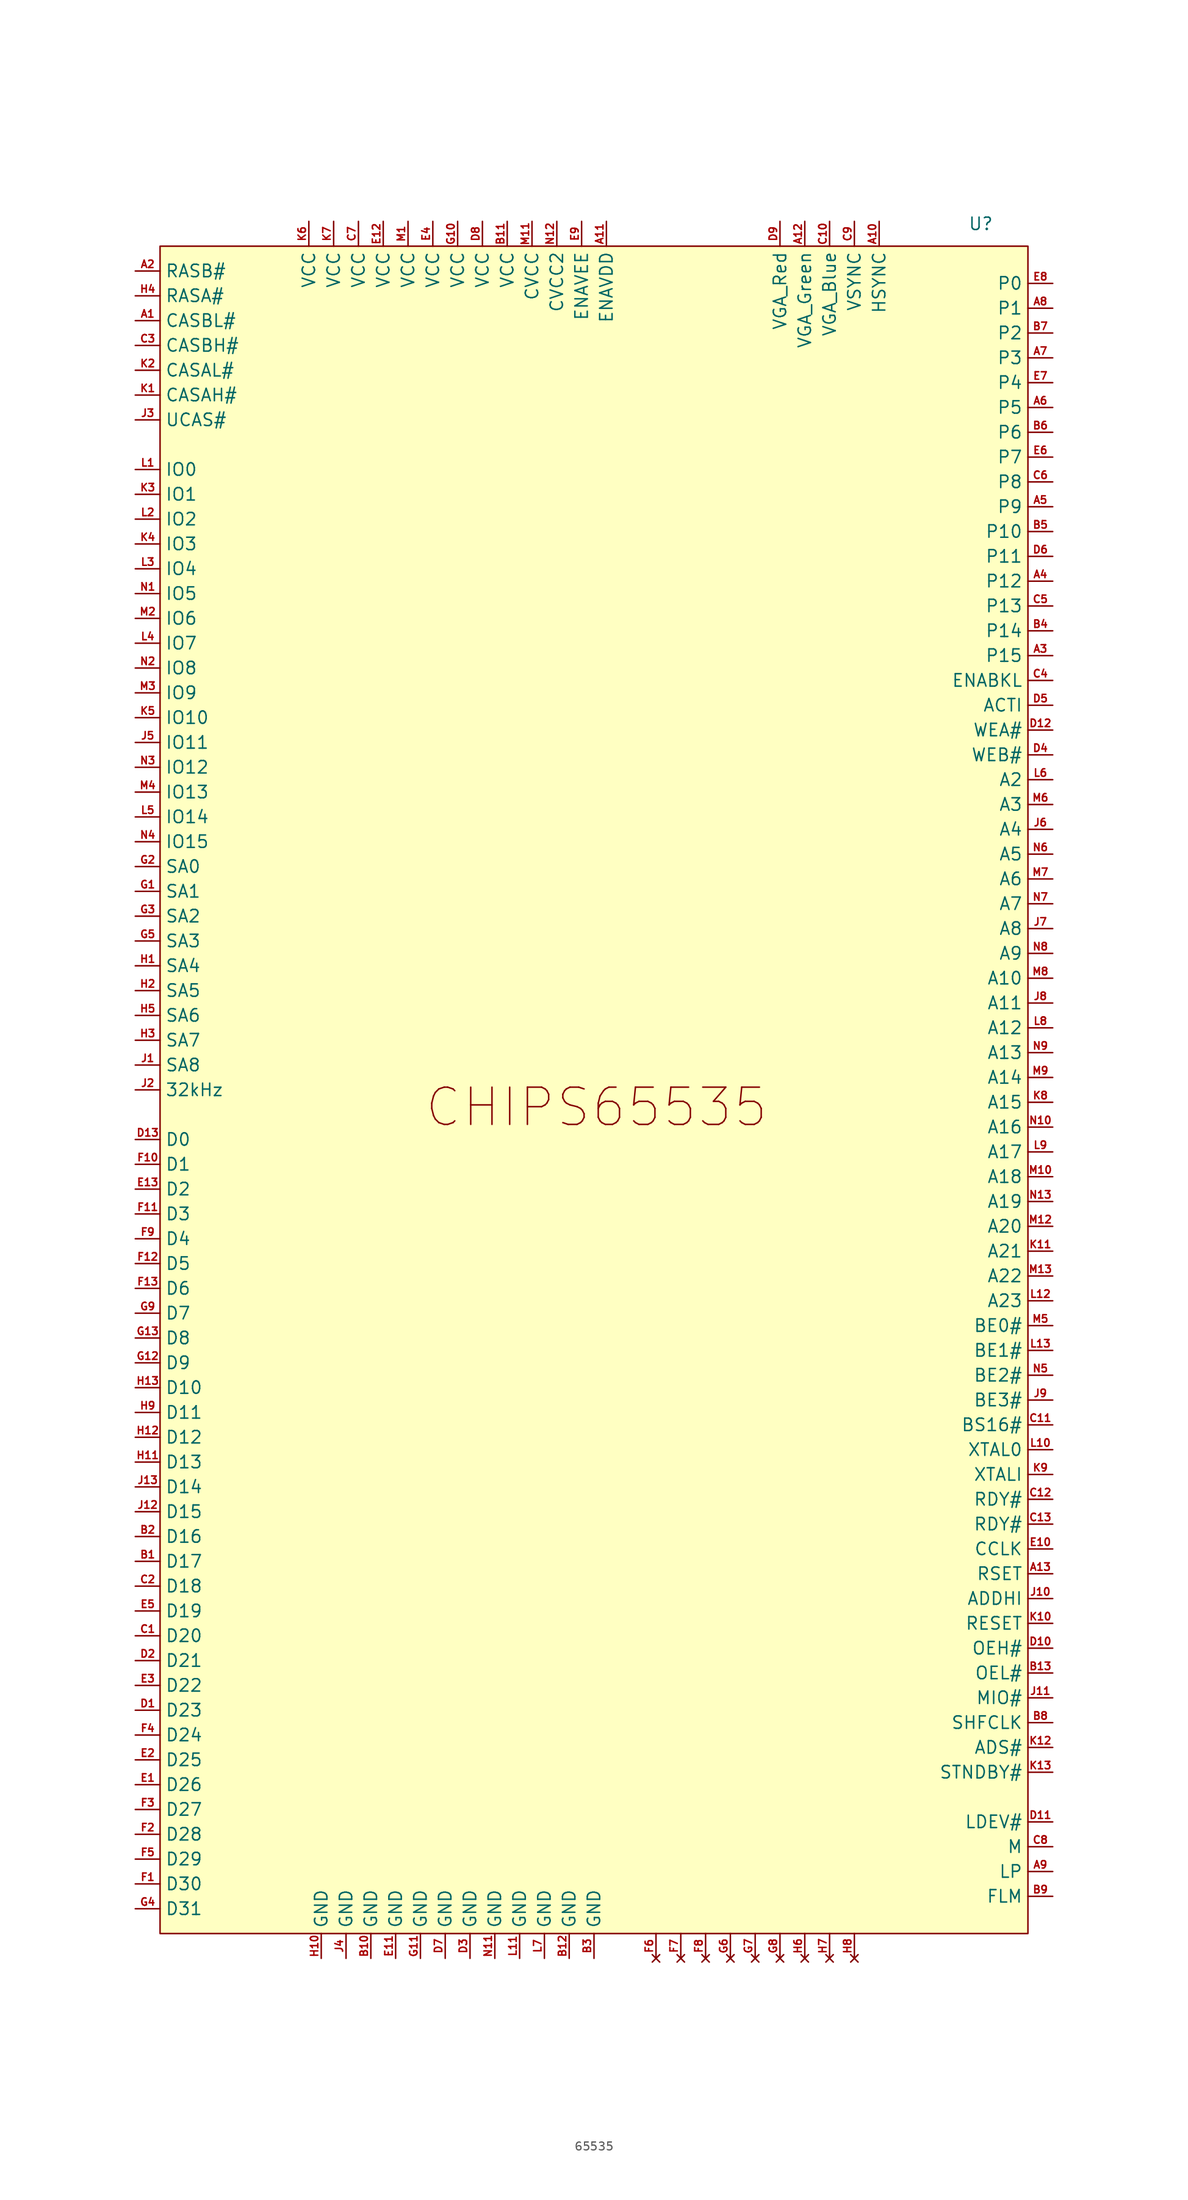
<source format=kicad_sym>
(kicad_symbol_lib
  (version 20241209)
  (generator "kicad_symbol_editor")
  (generator_version "9.0")
  (symbol "65535"
    (property "Reference" "U"
      (at 38.354 91.186 0)
      (effects (font (size 1.27 1.27))))
    (property "Value" ""
      (at 0 0 0)
      (effects (font (size 1.27 1.27))))
    (symbol "65535_1_1"
      (rectangle (start -45.72 88.9) (end 43.18 -83.82) (stroke (width 0) (type solid)) (fill (type color) (color 255 255 194 1)))
      (text "CHIPS65535" (at -1.016 0.762 0) (effects (font (size 3.81 3.81))))
      (pin output line (at -48.26 86.36 0) (length 2.54) (name "RASB#" (effects (font (size 1.27 1.27)))) (number "A2" (effects (font (size 0.762 0.762)))))
      (pin output line (at -48.26 83.82 0) (length 2.54) (name "RASA#" (effects (font (size 1.27 1.27)))) (number "H4" (effects (font (size 0.762 0.762)))))
      (pin output line (at -48.26 81.28 0) (length 2.54) (name "CASBL#" (effects (font (size 1.27 1.27)))) (number "A1" (effects (font (size 0.762 0.762)))))
      (pin output line (at -48.26 78.74 0) (length 2.54) (name "CASBH#" (effects (font (size 1.27 1.27)))) (number "C3" (effects (font (size 0.762 0.762)))))
      (pin output line (at -48.26 76.2 0) (length 2.54) (name "CASAL#" (effects (font (size 1.27 1.27)))) (number "K2" (effects (font (size 0.762 0.762)))))
      (pin output line (at -48.26 73.66 0) (length 2.54) (name "CASAH#" (effects (font (size 1.27 1.27)))) (number "K1" (effects (font (size 0.762 0.762)))))
      (pin output line (at -48.26 71.12 0) (length 2.54) (name "UCAS#" (effects (font (size 1.27 1.27)))) (number "J3" (effects (font (size 0.762 0.762)))))
      (pin bidirectional line (at -48.26 66.04 0) (length 2.54) (name "IO0" (effects (font (size 1.27 1.27)))) (number "L1" (effects (font (size 0.762 0.762)))))
      (pin bidirectional line (at -48.26 63.5 0) (length 2.54) (name "IO1" (effects (font (size 1.27 1.27)))) (number "K3" (effects (font (size 0.762 0.762)))))
      (pin bidirectional line (at -48.26 60.96 0) (length 2.54) (name "IO2" (effects (font (size 1.27 1.27)))) (number "L2" (effects (font (size 0.762 0.762)))))
      (pin bidirectional line (at -48.26 58.42 0) (length 2.54) (name "IO3" (effects (font (size 1.27 1.27)))) (number "K4" (effects (font (size 0.762 0.762)))))
      (pin bidirectional line (at -48.26 55.88 0) (length 2.54) (name "IO4" (effects (font (size 1.27 1.27)))) (number "L3" (effects (font (size 0.762 0.762)))))
      (pin bidirectional line (at -48.26 53.34 0) (length 2.54) (name "IO5" (effects (font (size 1.27 1.27)))) (number "N1" (effects (font (size 0.762 0.762)))))
      (pin bidirectional line (at -48.26 50.8 0) (length 2.54) (name "IO6" (effects (font (size 1.27 1.27)))) (number "M2" (effects (font (size 0.762 0.762)))))
      (pin bidirectional line (at -48.26 48.26 0) (length 2.54) (name "IO7" (effects (font (size 1.27 1.27)))) (number "L4" (effects (font (size 0.762 0.762)))))
      (pin bidirectional line (at -48.26 45.72 0) (length 2.54) (name "IO8" (effects (font (size 1.27 1.27)))) (number "N2" (effects (font (size 0.762 0.762)))))
      (pin bidirectional line (at -48.26 43.18 0) (length 2.54) (name "IO9" (effects (font (size 1.27 1.27)))) (number "M3" (effects (font (size 0.762 0.762)))))
      (pin bidirectional line (at -48.26 40.64 0) (length 2.54) (name "IO10" (effects (font (size 1.27 1.27)))) (number "K5" (effects (font (size 0.762 0.762)))))
      (pin bidirectional line (at -48.26 38.1 0) (length 2.54) (name "IO11" (effects (font (size 1.27 1.27)))) (number "J5" (effects (font (size 0.762 0.762)))))
      (pin bidirectional line (at -48.26 35.56 0) (length 2.54) (name "IO12" (effects (font (size 1.27 1.27)))) (number "N3" (effects (font (size 0.762 0.762)))))
      (pin bidirectional line (at -48.26 33.02 0) (length 2.54) (name "IO13" (effects (font (size 1.27 1.27)))) (number "M4" (effects (font (size 0.762 0.762)))))
      (pin bidirectional line (at -48.26 30.48 0) (length 2.54) (name "IO14" (effects (font (size 1.27 1.27)))) (number "L5" (effects (font (size 0.762 0.762)))))
      (pin bidirectional line (at -48.26 27.94 0) (length 2.54) (name "IO15" (effects (font (size 1.27 1.27)))) (number "N4" (effects (font (size 0.762 0.762)))))
      (pin bidirectional line (at -48.26 25.4 0) (length 2.54) (name "SA0" (effects (font (size 1.27 1.27)))) (number "G2" (effects (font (size 0.762 0.762)))))
      (pin bidirectional line (at -48.26 22.86 0) (length 2.54) (name "SA1" (effects (font (size 1.27 1.27)))) (number "G1" (effects (font (size 0.762 0.762)))))
      (pin bidirectional line (at -48.26 20.32 0) (length 2.54) (name "SA2" (effects (font (size 1.27 1.27)))) (number "G3" (effects (font (size 0.762 0.762)))))
      (pin bidirectional line (at -48.26 17.78 0) (length 2.54) (name "SA3" (effects (font (size 1.27 1.27)))) (number "G5" (effects (font (size 0.762 0.762)))))
      (pin bidirectional line (at -48.26 15.24 0) (length 2.54) (name "SA4" (effects (font (size 1.27 1.27)))) (number "H1" (effects (font (size 0.762 0.762)))))
      (pin bidirectional line (at -48.26 12.7 0) (length 2.54) (name "SA5" (effects (font (size 1.27 1.27)))) (number "H2" (effects (font (size 0.762 0.762)))))
      (pin bidirectional line (at -48.26 10.16 0) (length 2.54) (name "SA6" (effects (font (size 1.27 1.27)))) (number "H5" (effects (font (size 0.762 0.762)))))
      (pin bidirectional line (at -48.26 7.62 0) (length 2.54) (name "SA7" (effects (font (size 1.27 1.27)))) (number "H3" (effects (font (size 0.762 0.762)))))
      (pin bidirectional line (at -48.26 5.08 0) (length 2.54) (name "SA8" (effects (font (size 1.27 1.27)))) (number "J1" (effects (font (size 0.762 0.762)))))
      (pin bidirectional line (at -48.26 2.54 0) (length 2.54) (name "32kHz" (effects (font (size 1.27 1.27)))) (number "J2" (effects (font (size 0.762 0.762)))))
      (pin bidirectional line (at -48.26 -2.54 0) (length 2.54) (name "D0" (effects (font (size 1.27 1.27)))) (number "D13" (effects (font (size 0.762 0.762)))))
      (pin bidirectional line (at -48.26 -5.08 0) (length 2.54) (name "D1" (effects (font (size 1.27 1.27)))) (number "F10" (effects (font (size 0.762 0.762)))))
      (pin bidirectional line (at -48.26 -7.62 0) (length 2.54) (name "D2" (effects (font (size 1.27 1.27)))) (number "E13" (effects (font (size 0.762 0.762)))))
      (pin bidirectional line (at -48.26 -10.16 0) (length 2.54) (name "D3" (effects (font (size 1.27 1.27)))) (number "F11" (effects (font (size 0.762 0.762)))))
      (pin bidirectional line (at -48.26 -12.7 0) (length 2.54) (name "D4" (effects (font (size 1.27 1.27)))) (number "F9" (effects (font (size 0.762 0.762)))))
      (pin bidirectional line (at -48.26 -15.24 0) (length 2.54) (name "D5" (effects (font (size 1.27 1.27)))) (number "F12" (effects (font (size 0.762 0.762)))))
      (pin bidirectional line (at -48.26 -17.78 0) (length 2.54) (name "D6" (effects (font (size 1.27 1.27)))) (number "F13" (effects (font (size 0.762 0.762)))))
      (pin bidirectional line (at -48.26 -20.32 0) (length 2.54) (name "D7" (effects (font (size 1.27 1.27)))) (number "G9" (effects (font (size 0.762 0.762)))))
      (pin bidirectional line (at -48.26 -22.86 0) (length 2.54) (name "D8" (effects (font (size 1.27 1.27)))) (number "G13" (effects (font (size 0.762 0.762)))))
      (pin bidirectional line (at -48.26 -25.4 0) (length 2.54) (name "D9" (effects (font (size 1.27 1.27)))) (number "G12" (effects (font (size 0.762 0.762)))))
      (pin bidirectional line (at -48.26 -27.94 0) (length 2.54) (name "D10" (effects (font (size 1.27 1.27)))) (number "H13" (effects (font (size 0.762 0.762)))))
      (pin bidirectional line (at -48.26 -30.48 0) (length 2.54) (name "D11" (effects (font (size 1.27 1.27)))) (number "H9" (effects (font (size 0.762 0.762)))))
      (pin bidirectional line (at -48.26 -33.02 0) (length 2.54) (name "D12" (effects (font (size 1.27 1.27)))) (number "H12" (effects (font (size 0.762 0.762)))))
      (pin bidirectional line (at -48.26 -35.56 0) (length 2.54) (name "D13" (effects (font (size 1.27 1.27)))) (number "H11" (effects (font (size 0.762 0.762)))))
      (pin bidirectional line (at -48.26 -38.1 0) (length 2.54) (name "D14" (effects (font (size 1.27 1.27)))) (number "J13" (effects (font (size 0.762 0.762)))))
      (pin bidirectional line (at -48.26 -40.64 0) (length 2.54) (name "D15" (effects (font (size 1.27 1.27)))) (number "J12" (effects (font (size 0.762 0.762)))))
      (pin bidirectional line (at -48.26 -43.18 0) (length 2.54) (name "D16" (effects (font (size 1.27 1.27)))) (number "B2" (effects (font (size 0.762 0.762)))))
      (pin bidirectional line (at -48.26 -45.72 0) (length 2.54) (name "D17" (effects (font (size 1.27 1.27)))) (number "B1" (effects (font (size 0.762 0.762)))))
      (pin bidirectional line (at -48.26 -48.26 0) (length 2.54) (name "D18" (effects (font (size 1.27 1.27)))) (number "C2" (effects (font (size 0.762 0.762)))))
      (pin bidirectional line (at -48.26 -50.8 0) (length 2.54) (name "D19" (effects (font (size 1.27 1.27)))) (number "E5" (effects (font (size 0.762 0.762)))))
      (pin bidirectional line (at -48.26 -53.34 0) (length 2.54) (name "D20" (effects (font (size 1.27 1.27)))) (number "C1" (effects (font (size 0.762 0.762)))))
      (pin bidirectional line (at -48.26 -55.88 0) (length 2.54) (name "D21" (effects (font (size 1.27 1.27)))) (number "D2" (effects (font (size 0.762 0.762)))))
      (pin bidirectional line (at -48.26 -58.42 0) (length 2.54) (name "D22" (effects (font (size 1.27 1.27)))) (number "E3" (effects (font (size 0.762 0.762)))))
      (pin bidirectional line (at -48.26 -60.96 0) (length 2.54) (name "D23" (effects (font (size 1.27 1.27)))) (number "D1" (effects (font (size 0.762 0.762)))))
      (pin bidirectional line (at -48.26 -63.5 0) (length 2.54) (name "D24" (effects (font (size 1.27 1.27)))) (number "F4" (effects (font (size 0.762 0.762)))))
      (pin bidirectional line (at -48.26 -66.04 0) (length 2.54) (name "D25" (effects (font (size 1.27 1.27)))) (number "E2" (effects (font (size 0.762 0.762)))))
      (pin bidirectional line (at -48.26 -68.58 0) (length 2.54) (name "D26" (effects (font (size 1.27 1.27)))) (number "E1" (effects (font (size 0.762 0.762)))))
      (pin bidirectional line (at -48.26 -71.12 0) (length 2.54) (name "D27" (effects (font (size 1.27 1.27)))) (number "F3" (effects (font (size 0.762 0.762)))))
      (pin bidirectional line (at -48.26 -73.66 0) (length 2.54) (name "D28" (effects (font (size 1.27 1.27)))) (number "F2" (effects (font (size 0.762 0.762)))))
      (pin bidirectional line (at -48.26 -76.2 0) (length 2.54) (name "D29" (effects (font (size 1.27 1.27)))) (number "F5" (effects (font (size 0.762 0.762)))))
      (pin bidirectional line (at -48.26 -78.74 0) (length 2.54) (name "D30" (effects (font (size 1.27 1.27)))) (number "F1" (effects (font (size 0.762 0.762)))))
      (pin bidirectional line (at -48.26 -81.28 0) (length 2.54) (name "D31" (effects (font (size 1.27 1.27)))) (number "G4" (effects (font (size 0.762 0.762)))))
      (pin power_in line (at -30.48 91.44 270) (length 2.54) (name "VCC" (effects (font (size 1.27 1.27)))) (number "K6" (effects (font (size 0.762 0.762)))))
      (pin power_in line (at -29.21 -86.36 90) (length 2.54) (name "GND" (effects (font (size 1.27 1.27)))) (number "H10" (effects (font (size 0.762 0.762)))))
      (pin power_in line (at -27.94 91.44 270) (length 2.54) (name "VCC" (effects (font (size 1.27 1.27)))) (number "K7" (effects (font (size 0.762 0.762)))))
      (pin power_in line (at -26.67 -86.36 90) (length 2.54) (name "GND" (effects (font (size 1.27 1.27)))) (number "J4" (effects (font (size 0.762 0.762)))))
      (pin power_in line (at -25.4 91.44 270) (length 2.54) (name "VCC" (effects (font (size 1.27 1.27)))) (number "C7" (effects (font (size 0.762 0.762)))))
      (pin power_in line (at -24.13 -86.36 90) (length 2.54) (name "GND" (effects (font (size 1.27 1.27)))) (number "B10" (effects (font (size 0.762 0.762)))))
      (pin power_in line (at -22.86 91.44 270) (length 2.54) (name "VCC" (effects (font (size 1.27 1.27)))) (number "E12" (effects (font (size 0.762 0.762)))))
      (pin power_in line (at -21.59 -86.36 90) (length 2.54) (name "GND" (effects (font (size 1.27 1.27)))) (number "E11" (effects (font (size 0.762 0.762)))))
      (pin power_in line (at -20.32 91.44 270) (length 2.54) (name "VCC" (effects (font (size 1.27 1.27)))) (number "M1" (effects (font (size 0.762 0.762)))))
      (pin power_in line (at -19.05 -86.36 90) (length 2.54) (name "GND" (effects (font (size 1.27 1.27)))) (number "G11" (effects (font (size 0.762 0.762)))))
      (pin power_in line (at -17.78 91.44 270) (length 2.54) (name "VCC" (effects (font (size 1.27 1.27)))) (number "E4" (effects (font (size 0.762 0.762)))))
      (pin power_in line (at -16.51 -86.36 90) (length 2.54) (name "GND" (effects (font (size 1.27 1.27)))) (number "D7" (effects (font (size 0.762 0.762)))))
      (pin power_in line (at -15.24 91.44 270) (length 2.54) (name "VCC" (effects (font (size 1.27 1.27)))) (number "G10" (effects (font (size 0.762 0.762)))))
      (pin power_in line (at -13.97 -86.36 90) (length 2.54) (name "GND" (effects (font (size 1.27 1.27)))) (number "D3" (effects (font (size 0.762 0.762)))))
      (pin power_in line (at -12.7 91.44 270) (length 2.54) (name "VCC" (effects (font (size 1.27 1.27)))) (number "D8" (effects (font (size 0.762 0.762)))))
      (pin power_in line (at -11.43 -86.36 90) (length 2.54) (name "GND" (effects (font (size 1.27 1.27)))) (number "N11" (effects (font (size 0.762 0.762)))))
      (pin power_in line (at -10.16 91.44 270) (length 2.54) (name "VCC" (effects (font (size 1.27 1.27)))) (number "B11" (effects (font (size 0.762 0.762)))))
      (pin power_in line (at -8.89 -86.36 90) (length 2.54) (name "GND" (effects (font (size 1.27 1.27)))) (number "L11" (effects (font (size 0.762 0.762)))))
      (pin power_in line (at -7.62 91.44 270) (length 2.54) (name "CVCC" (effects (font (size 1.27 1.27)))) (number "M11" (effects (font (size 0.762 0.762)))))
      (pin power_in line (at -6.35 -86.36 90) (length 2.54) (name "GND" (effects (font (size 1.27 1.27)))) (number "L7" (effects (font (size 0.762 0.762)))))
      (pin power_in line (at -5.08 91.44 270) (length 2.54) (name "CVCC2" (effects (font (size 1.27 1.27)))) (number "N12" (effects (font (size 0.762 0.762)))))
      (pin power_in line (at -3.81 -86.36 90) (length 2.54) (name "GND" (effects (font (size 1.27 1.27)))) (number "B12" (effects (font (size 0.762 0.762)))))
      (pin output line (at -2.54 91.44 270) (length 2.54) (name "ENAVEE" (effects (font (size 1.27 1.27)))) (number "E9" (effects (font (size 0.762 0.762)))))
      (pin power_in line (at -1.27 -86.36 90) (length 2.54) (name "GND" (effects (font (size 1.27 1.27)))) (number "B3" (effects (font (size 0.762 0.762)))))
      (pin output line (at 0 91.44 270) (length 2.54) (name "ENAVDD" (effects (font (size 1.27 1.27)))) (number "A11" (effects (font (size 0.762 0.762)))))
      (pin no_connect line (at 5.08 -86.36 90) (length 2.54) (name "" (effects (font (size 1.27 1.27)))) (number "F6" (effects (font (size 0.762 0.762)))))
      (pin no_connect line (at 7.62 -86.36 90) (length 2.54) (name "" (effects (font (size 1.27 1.27)))) (number "F7" (effects (font (size 0.762 0.762)))))
      (pin no_connect line (at 10.16 -86.36 90) (length 2.54) (name "" (effects (font (size 1.27 1.27)))) (number "F8" (effects (font (size 0.762 0.762)))))
      (pin no_connect line (at 12.7 -86.36 90) (length 2.54) (name "" (effects (font (size 1.27 1.27)))) (number "G6" (effects (font (size 0.762 0.762)))))
      (pin no_connect line (at 15.24 -86.36 90) (length 2.54) (name "" (effects (font (size 1.27 1.27)))) (number "G7" (effects (font (size 0.762 0.762)))))
      (pin output line (at 17.78 91.44 270) (length 2.54) (name "VGA_Red" (effects (font (size 1.27 1.27)))) (number "D9" (effects (font (size 0.762 0.762)))))
      (pin no_connect line (at 17.78 -86.36 90) (length 2.54) (name "" (effects (font (size 1.27 1.27)))) (number "G8" (effects (font (size 0.762 0.762)))))
      (pin output line (at 20.32 91.44 270) (length 2.54) (name "VGA_Green" (effects (font (size 1.27 1.27)))) (number "A12" (effects (font (size 0.762 0.762)))))
      (pin no_connect line (at 20.32 -86.36 90) (length 2.54) (name "" (effects (font (size 1.27 1.27)))) (number "H6" (effects (font (size 0.762 0.762)))))
      (pin output line (at 22.86 91.44 270) (length 2.54) (name "VGA_Blue" (effects (font (size 1.27 1.27)))) (number "C10" (effects (font (size 0.762 0.762)))))
      (pin no_connect line (at 22.86 -86.36 90) (length 2.54) (name "" (effects (font (size 1.27 1.27)))) (number "H7" (effects (font (size 0.762 0.762)))))
      (pin output line (at 25.4 91.44 270) (length 2.54) (name "VSYNC" (effects (font (size 1.27 1.27)))) (number "C9" (effects (font (size 0.762 0.762)))))
      (pin no_connect line (at 25.4 -86.36 90) (length 2.54) (name "" (effects (font (size 1.27 1.27)))) (number "H8" (effects (font (size 0.762 0.762)))))
      (pin output line (at 27.94 91.44 270) (length 2.54) (name "HSYNC" (effects (font (size 1.27 1.27)))) (number "A10" (effects (font (size 0.762 0.762)))))
      (pin output line (at 45.72 85.09 180) (length 2.54) (name "P0" (effects (font (size 1.27 1.27)))) (number "E8" (effects (font (size 0.762 0.762)))))
      (pin output line (at 45.72 82.55 180) (length 2.54) (name "P1" (effects (font (size 1.27 1.27)))) (number "A8" (effects (font (size 0.762 0.762)))))
      (pin output line (at 45.72 80.01 180) (length 2.54) (name "P2" (effects (font (size 1.27 1.27)))) (number "B7" (effects (font (size 0.762 0.762)))))
      (pin output line (at 45.72 77.47 180) (length 2.54) (name "P3" (effects (font (size 1.27 1.27)))) (number "A7" (effects (font (size 0.762 0.762)))))
      (pin output line (at 45.72 74.93 180) (length 2.54) (name "P4" (effects (font (size 1.27 1.27)))) (number "E7" (effects (font (size 0.762 0.762)))))
      (pin output line (at 45.72 72.39 180) (length 2.54) (name "P5" (effects (font (size 1.27 1.27)))) (number "A6" (effects (font (size 0.762 0.762)))))
      (pin output line (at 45.72 69.85 180) (length 2.54) (name "P6" (effects (font (size 1.27 1.27)))) (number "B6" (effects (font (size 0.762 0.762)))))
      (pin output line (at 45.72 67.31 180) (length 2.54) (name "P7" (effects (font (size 1.27 1.27)))) (number "E6" (effects (font (size 0.762 0.762)))))
      (pin output line (at 45.72 64.77 180) (length 2.54) (name "P8" (effects (font (size 1.27 1.27)))) (number "C6" (effects (font (size 0.762 0.762)))))
      (pin output line (at 45.72 62.23 180) (length 2.54) (name "P9" (effects (font (size 1.27 1.27)))) (number "A5" (effects (font (size 0.762 0.762)))))
      (pin output line (at 45.72 59.69 180) (length 2.54) (name "P10" (effects (font (size 1.27 1.27)))) (number "B5" (effects (font (size 0.762 0.762)))))
      (pin output line (at 45.72 57.15 180) (length 2.54) (name "P11" (effects (font (size 1.27 1.27)))) (number "D6" (effects (font (size 0.762 0.762)))))
      (pin output line (at 45.72 54.61 180) (length 2.54) (name "P12" (effects (font (size 1.27 1.27)))) (number "A4" (effects (font (size 0.762 0.762)))))
      (pin output line (at 45.72 52.07 180) (length 2.54) (name "P13" (effects (font (size 1.27 1.27)))) (number "C5" (effects (font (size 0.762 0.762)))))
      (pin output line (at 45.72 49.53 180) (length 2.54) (name "P14" (effects (font (size 1.27 1.27)))) (number "B4" (effects (font (size 0.762 0.762)))))
      (pin output line (at 45.72 46.99 180) (length 2.54) (name "P15" (effects (font (size 1.27 1.27)))) (number "A3" (effects (font (size 0.762 0.762)))))
      (pin bidirectional line (at 45.72 44.45 180) (length 2.54) (name "ENABKL" (effects (font (size 1.27 1.27)))) (number "C4" (effects (font (size 0.762 0.762)))))
      (pin bidirectional line (at 45.72 41.91 180) (length 2.54) (name "ACTI" (effects (font (size 1.27 1.27)))) (number "D5" (effects (font (size 0.762 0.762)))))
      (pin input line (at 45.72 39.37 180) (length 2.54) (name "WEA#" (effects (font (size 1.27 1.27)))) (number "D12" (effects (font (size 0.762 0.762)))))
      (pin input line (at 45.72 36.83 180) (length 2.54) (name "WEB#" (effects (font (size 1.27 1.27)))) (number "D4" (effects (font (size 0.762 0.762)))))
      (pin input line (at 45.72 34.29 180) (length 2.54) (name "A2" (effects (font (size 1.27 1.27)))) (number "L6" (effects (font (size 0.762 0.762)))))
      (pin input line (at 45.72 31.75 180) (length 2.54) (name "A3" (effects (font (size 1.27 1.27)))) (number "M6" (effects (font (size 0.762 0.762)))))
      (pin input line (at 45.72 29.21 180) (length 2.54) (name "A4" (effects (font (size 1.27 1.27)))) (number "J6" (effects (font (size 0.762 0.762)))))
      (pin input line (at 45.72 26.67 180) (length 2.54) (name "A5" (effects (font (size 1.27 1.27)))) (number "N6" (effects (font (size 0.762 0.762)))))
      (pin input line (at 45.72 24.13 180) (length 2.54) (name "A6" (effects (font (size 1.27 1.27)))) (number "M7" (effects (font (size 0.762 0.762)))))
      (pin input line (at 45.72 21.59 180) (length 2.54) (name "A7" (effects (font (size 1.27 1.27)))) (number "N7" (effects (font (size 0.762 0.762)))))
      (pin input line (at 45.72 19.05 180) (length 2.54) (name "A8" (effects (font (size 1.27 1.27)))) (number "J7" (effects (font (size 0.762 0.762)))))
      (pin input line (at 45.72 16.51 180) (length 2.54) (name "A9" (effects (font (size 1.27 1.27)))) (number "N8" (effects (font (size 0.762 0.762)))))
      (pin input line (at 45.72 13.97 180) (length 2.54) (name "A10" (effects (font (size 1.27 1.27)))) (number "M8" (effects (font (size 0.762 0.762)))))
      (pin input line (at 45.72 11.43 180) (length 2.54) (name "A11" (effects (font (size 1.27 1.27)))) (number "J8" (effects (font (size 0.762 0.762)))))
      (pin input line (at 45.72 8.89 180) (length 2.54) (name "A12" (effects (font (size 1.27 1.27)))) (number "L8" (effects (font (size 0.762 0.762)))))
      (pin input line (at 45.72 6.35 180) (length 2.54) (name "A13" (effects (font (size 1.27 1.27)))) (number "N9" (effects (font (size 0.762 0.762)))))
      (pin input line (at 45.72 3.81 180) (length 2.54) (name "A14" (effects (font (size 1.27 1.27)))) (number "M9" (effects (font (size 0.762 0.762)))))
      (pin input line (at 45.72 1.27 180) (length 2.54) (name "A15" (effects (font (size 1.27 1.27)))) (number "K8" (effects (font (size 0.762 0.762)))))
      (pin input line (at 45.72 -1.27 180) (length 2.54) (name "A16" (effects (font (size 1.27 1.27)))) (number "N10" (effects (font (size 0.762 0.762)))))
      (pin input line (at 45.72 -3.81 180) (length 2.54) (name "A17" (effects (font (size 1.27 1.27)))) (number "L9" (effects (font (size 0.762 0.762)))))
      (pin input line (at 45.72 -6.35 180) (length 2.54) (name "A18" (effects (font (size 1.27 1.27)))) (number "M10" (effects (font (size 0.762 0.762)))))
      (pin input line (at 45.72 -8.89 180) (length 2.54) (name "A19" (effects (font (size 1.27 1.27)))) (number "N13" (effects (font (size 0.762 0.762)))))
      (pin input line (at 45.72 -11.43 180) (length 2.54) (name "A20" (effects (font (size 1.27 1.27)))) (number "M12" (effects (font (size 0.762 0.762)))))
      (pin input line (at 45.72 -13.97 180) (length 2.54) (name "A21" (effects (font (size 1.27 1.27)))) (number "K11" (effects (font (size 0.762 0.762)))))
      (pin input line (at 45.72 -16.51 180) (length 2.54) (name "A22" (effects (font (size 1.27 1.27)))) (number "M13" (effects (font (size 0.762 0.762)))))
      (pin input line (at 45.72 -19.05 180) (length 2.54) (name "A23" (effects (font (size 1.27 1.27)))) (number "L12" (effects (font (size 0.762 0.762)))))
      (pin input line (at 45.72 -21.59 180) (length 2.54) (name "BE0#" (effects (font (size 1.27 1.27)))) (number "M5" (effects (font (size 0.762 0.762)))))
      (pin input line (at 45.72 -24.13 180) (length 2.54) (name "BE1#" (effects (font (size 1.27 1.27)))) (number "L13" (effects (font (size 0.762 0.762)))))
      (pin input line (at 45.72 -26.67 180) (length 2.54) (name "BE2#" (effects (font (size 1.27 1.27)))) (number "N5" (effects (font (size 0.762 0.762)))))
      (pin input line (at 45.72 -29.21 180) (length 2.54) (name "BE3#" (effects (font (size 1.27 1.27)))) (number "J9" (effects (font (size 0.762 0.762)))))
      (pin output line (at 45.72 -31.75 180) (length 2.54) (name "BS16#" (effects (font (size 1.27 1.27)))) (number "C11" (effects (font (size 0.762 0.762)))))
      (pin output line (at 45.72 -34.29 180) (length 2.54) (name "XTAL0" (effects (font (size 1.27 1.27)))) (number "L10" (effects (font (size 0.762 0.762)))))
      (pin input line (at 45.72 -36.83 180) (length 2.54) (name "XTALI" (effects (font (size 1.27 1.27)))) (number "K9" (effects (font (size 0.762 0.762)))))
      (pin input line (at 45.72 -39.37 180) (length 2.54) (name "RDY#" (effects (font (size 1.27 1.27)))) (number "C12" (effects (font (size 0.762 0.762)))))
      (pin input line (at 45.72 -41.91 180) (length 2.54) (name "RDY#" (effects (font (size 1.27 1.27)))) (number "C13" (effects (font (size 0.762 0.762)))))
      (pin input line (at 45.72 -44.45 180) (length 2.54) (name "CCLK" (effects (font (size 1.27 1.27)))) (number "E10" (effects (font (size 0.762 0.762)))))
      (pin input line (at 45.72 -46.99 180) (length 2.54) (name "RSET" (effects (font (size 1.27 1.27)))) (number "A13" (effects (font (size 0.762 0.762)))))
      (pin input line (at 45.72 -49.53 180) (length 2.54) (name "ADDHI" (effects (font (size 1.27 1.27)))) (number "J10" (effects (font (size 0.762 0.762)))))
      (pin input line (at 45.72 -52.07 180) (length 2.54) (name "RESET" (effects (font (size 1.27 1.27)))) (number "K10" (effects (font (size 0.762 0.762)))))
      (pin output line (at 45.72 -54.61 180) (length 2.54) (name "OEH#" (effects (font (size 1.27 1.27)))) (number "D10" (effects (font (size 0.762 0.762)))))
      (pin output line (at 45.72 -57.15 180) (length 2.54) (name "OEL#" (effects (font (size 1.27 1.27)))) (number "B13" (effects (font (size 0.762 0.762)))))
      (pin input line (at 45.72 -59.69 180) (length 2.54) (name "MIO#" (effects (font (size 1.27 1.27)))) (number "J11" (effects (font (size 0.762 0.762)))))
      (pin output line (at 45.72 -62.23 180) (length 2.54) (name "SHFCLK" (effects (font (size 1.27 1.27)))) (number "B8" (effects (font (size 0.762 0.762)))))
      (pin input line (at 45.72 -64.77 180) (length 2.54) (name "ADS#" (effects (font (size 1.27 1.27)))) (number "K12" (effects (font (size 0.762 0.762)))))
      (pin input line (at 45.72 -67.31 180) (length 2.54) (name "STNDBY#" (effects (font (size 1.27 1.27)))) (number "K13" (effects (font (size 0.762 0.762)))))
      (pin bidirectional line (at 45.72 -72.39 180) (length 2.54) (name "LDEV#" (effects (font (size 1.27 1.27)))) (number "D11" (effects (font (size 0.762 0.762)))))
      (pin output line (at 45.72 -74.93 180) (length 2.54) (name "M" (effects (font (size 1.27 1.27)))) (number "C8" (effects (font (size 0.762 0.762)))))
      (pin output line (at 45.72 -77.47 180) (length 2.54) (name "LP" (effects (font (size 1.27 1.27)))) (number "A9" (effects (font (size 0.762 0.762)))))
      (pin output line (at 45.72 -80.01 180) (length 2.54) (name "FLM" (effects (font (size 1.27 1.27)))) (number "B9" (effects (font (size 0.762 0.762))))))))
</source>
